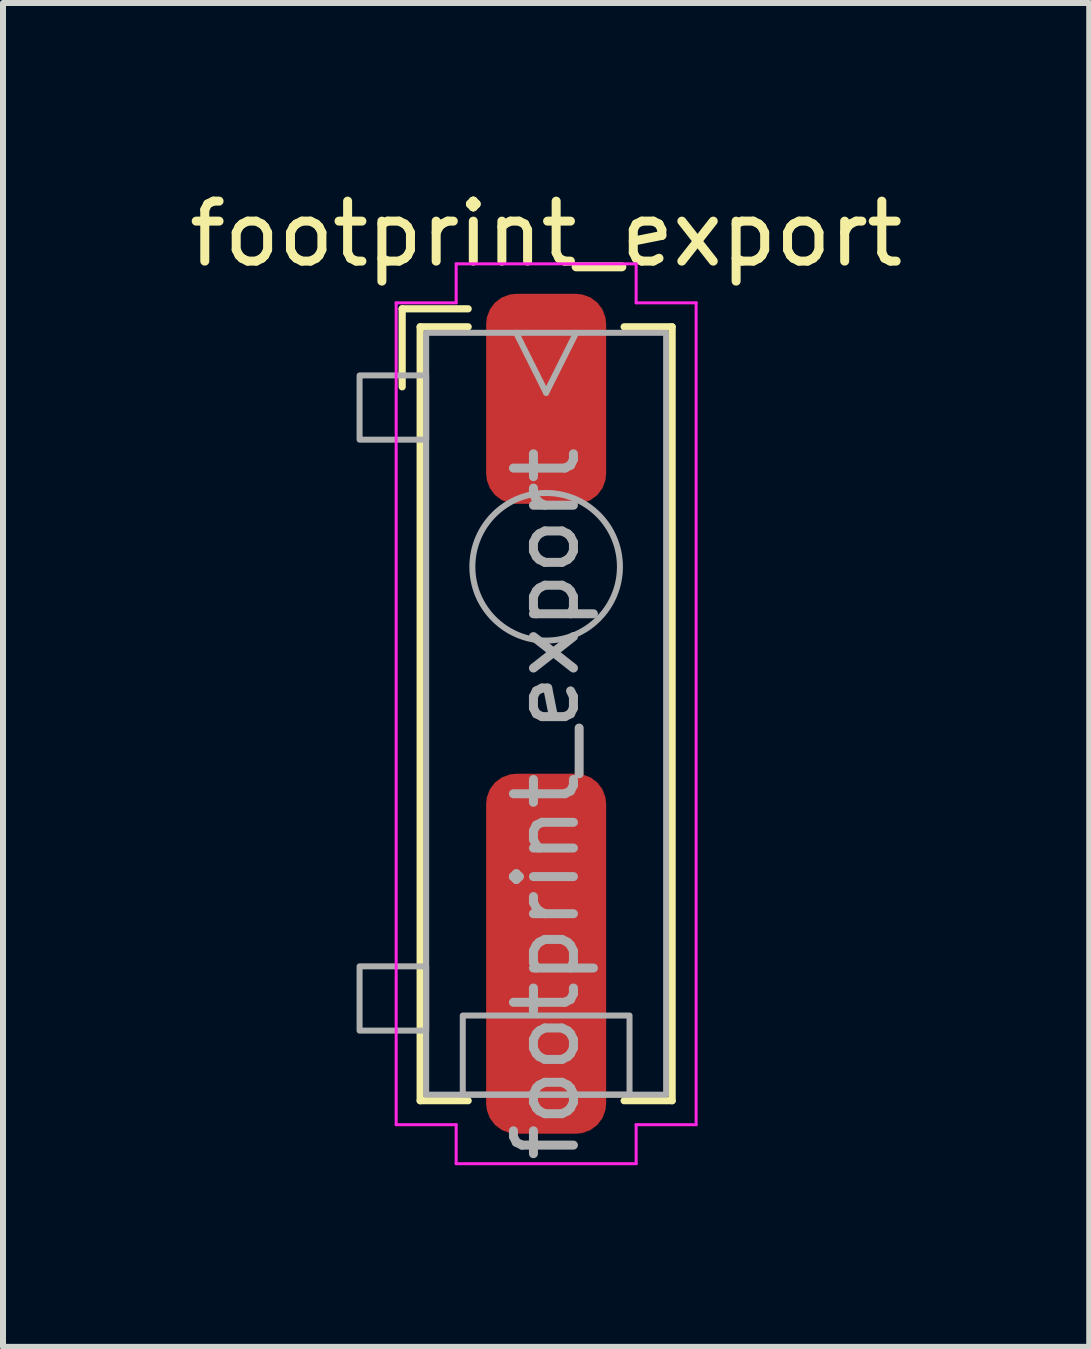
<source format=kicad_pcb>
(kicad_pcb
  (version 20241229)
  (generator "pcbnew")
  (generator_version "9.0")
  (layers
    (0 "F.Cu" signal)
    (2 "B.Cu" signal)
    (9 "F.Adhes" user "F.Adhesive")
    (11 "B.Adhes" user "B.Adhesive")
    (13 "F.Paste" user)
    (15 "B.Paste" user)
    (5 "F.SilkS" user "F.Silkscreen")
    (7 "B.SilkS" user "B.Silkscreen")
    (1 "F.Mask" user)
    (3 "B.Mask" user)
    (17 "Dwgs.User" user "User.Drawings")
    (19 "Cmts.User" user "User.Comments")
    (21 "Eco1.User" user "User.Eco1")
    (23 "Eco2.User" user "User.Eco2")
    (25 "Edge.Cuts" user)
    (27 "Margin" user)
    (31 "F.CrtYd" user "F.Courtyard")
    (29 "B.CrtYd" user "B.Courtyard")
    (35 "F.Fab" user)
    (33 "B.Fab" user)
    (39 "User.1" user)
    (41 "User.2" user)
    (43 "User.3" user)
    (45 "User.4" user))
  (footprint "footprint_export"
    (layer "F.Cu")
    (at 6.054 8.848)
    (property "Reference" "footprint_export" (at 0 -8 0) (unlocked yes) (layer "F.SilkS") (effects (font (size 1 1) (thickness 0.15))))
    (attr smd)
    (fp_line (start -2.4 -6.75) (end -2.4 -5.45) (stroke (width 0.12) (type solid)) (layer "F.SilkS"))
    (fp_line (start -2.1 -6.45) (end -1.3 -6.45) (stroke (width 0.12) (type solid)) (layer "F.SilkS"))
    (fp_line (start -2.1 6.45) (end -2.1 -6.45) (stroke (width 0.12) (type solid)) (layer "F.SilkS"))
    (fp_line (start -2.1 6.45) (end -1.3 6.45) (stroke (width 0.12) (type solid)) (layer "F.SilkS"))
    (fp_line (start -1.3 -6.75) (end -2.4 -6.75) (stroke (width 0.12) (type solid)) (layer "F.SilkS"))
    (fp_line (start 2.1 -6.45) (end 1.3 -6.45) (stroke (width 0.12) (type solid)) (layer "F.SilkS"))
    (fp_line (start 2.1 -6.45) (end 2.1 6.45) (stroke (width 0.12) (type solid)) (layer "F.SilkS"))
    (fp_line (start 2.1 6.45) (end 1.3 6.45) (stroke (width 0.12) (type solid)) (layer "F.SilkS"))
    (fp_line (start -2.5 -6.85) (end -2.5 6.85) (stroke (width 0.05) (type solid)) (layer "F.CrtYd"))
    (fp_line (start -2.5 -6.85) (end -1.5 -6.85) (stroke (width 0.05) (type solid)) (layer "F.CrtYd"))
    (fp_line (start -1.5 -7.5) (end 1.5 -7.5) (stroke (width 0.05) (type solid)) (layer "F.CrtYd"))
    (fp_line (start -1.5 -6.85) (end -1.5 -7.5) (stroke (width 0.05) (type solid)) (layer "F.CrtYd"))
    (fp_line (start -1.5 6.85) (end -2.5 6.85) (stroke (width 0.05) (type solid)) (layer "F.CrtYd"))
    (fp_line (start -1.5 7.5) (end -1.5 6.85) (stroke (width 0.05) (type solid)) (layer "F.CrtYd"))
    (fp_line (start 1.5 -7.5) (end 1.5 -6.85) (stroke (width 0.05) (type solid)) (layer "F.CrtYd"))
    (fp_line (start 1.5 -6.85) (end 2.5 -6.85) (stroke (width 0.05) (type solid)) (layer "F.CrtYd"))
    (fp_line (start 1.5 6.85) (end 1.5 7.5) (stroke (width 0.05) (type solid)) (layer "F.CrtYd"))
    (fp_line (start 1.5 7.5) (end -1.5 7.5) (stroke (width 0.05) (type solid)) (layer "F.CrtYd"))
    (fp_line (start 2.5 -6.85) (end 2.5 6.85) (stroke (width 0.05) (type solid)) (layer "F.CrtYd"))
    (fp_line (start 2.5 6.85) (end 1.5 6.85) (stroke (width 0.05) (type solid)) (layer "F.CrtYd"))
    (fp_line (start 0 -5.35) (end -0.5 -6.35) (stroke (width 0.1) (type solid)) (layer "F.Fab"))
    (fp_line (start 0.5 -6.35) (end 0 -5.35) (stroke (width 0.1) (type solid)) (layer "F.Fab"))
    (fp_rect (start -3.11 -5.64) (end -2 -4.569) (stroke (width 0.1) (type solid)) (fill no) (layer "F.Fab"))
    (fp_rect (start -3.11 4.21) (end -2 5.282) (stroke (width 0.1) (type solid)) (fill no) (layer "F.Fab"))
    (fp_rect (start -2 -6.35) (end 2 6.35) (stroke (width 0.1) (type solid)) (fill no) (layer "F.Fab"))
    (fp_rect (start -1.39 5.03) (end 1.39 6.35) (stroke (width 0.1) (type solid)) (fill no) (layer "F.Fab"))
    (fp_circle (center 0 -2.45) (end 1.23 -2.45) (stroke (width 0.1) (type solid)) (fill no) (layer "F.Fab"))
    (fp_text user "${REFERENCE}" (at 0 1.5 90) (unlocked yes) (layer "F.Fab") (effects (font (size 1 1) (thickness 0.15))))
    (pad "1" smd roundrect (at 0 -5.25) (size 2 3.5) (layers "F.Cu" "F.Mask" "F.Paste") (roundrect_rratio 0.25))
    (pad "1" smd roundrect (at 0 4) (size 2 6) (layers "F.Cu" "F.Mask" "F.Paste") (roundrect_rratio 0.25)))
  (gr_rect
    (start -3 -3)
    (end 15.107 19.402)
    (stroke (width 0.1) (type default))
    (fill no)
    (layer "Edge.Cuts")))
</source>
